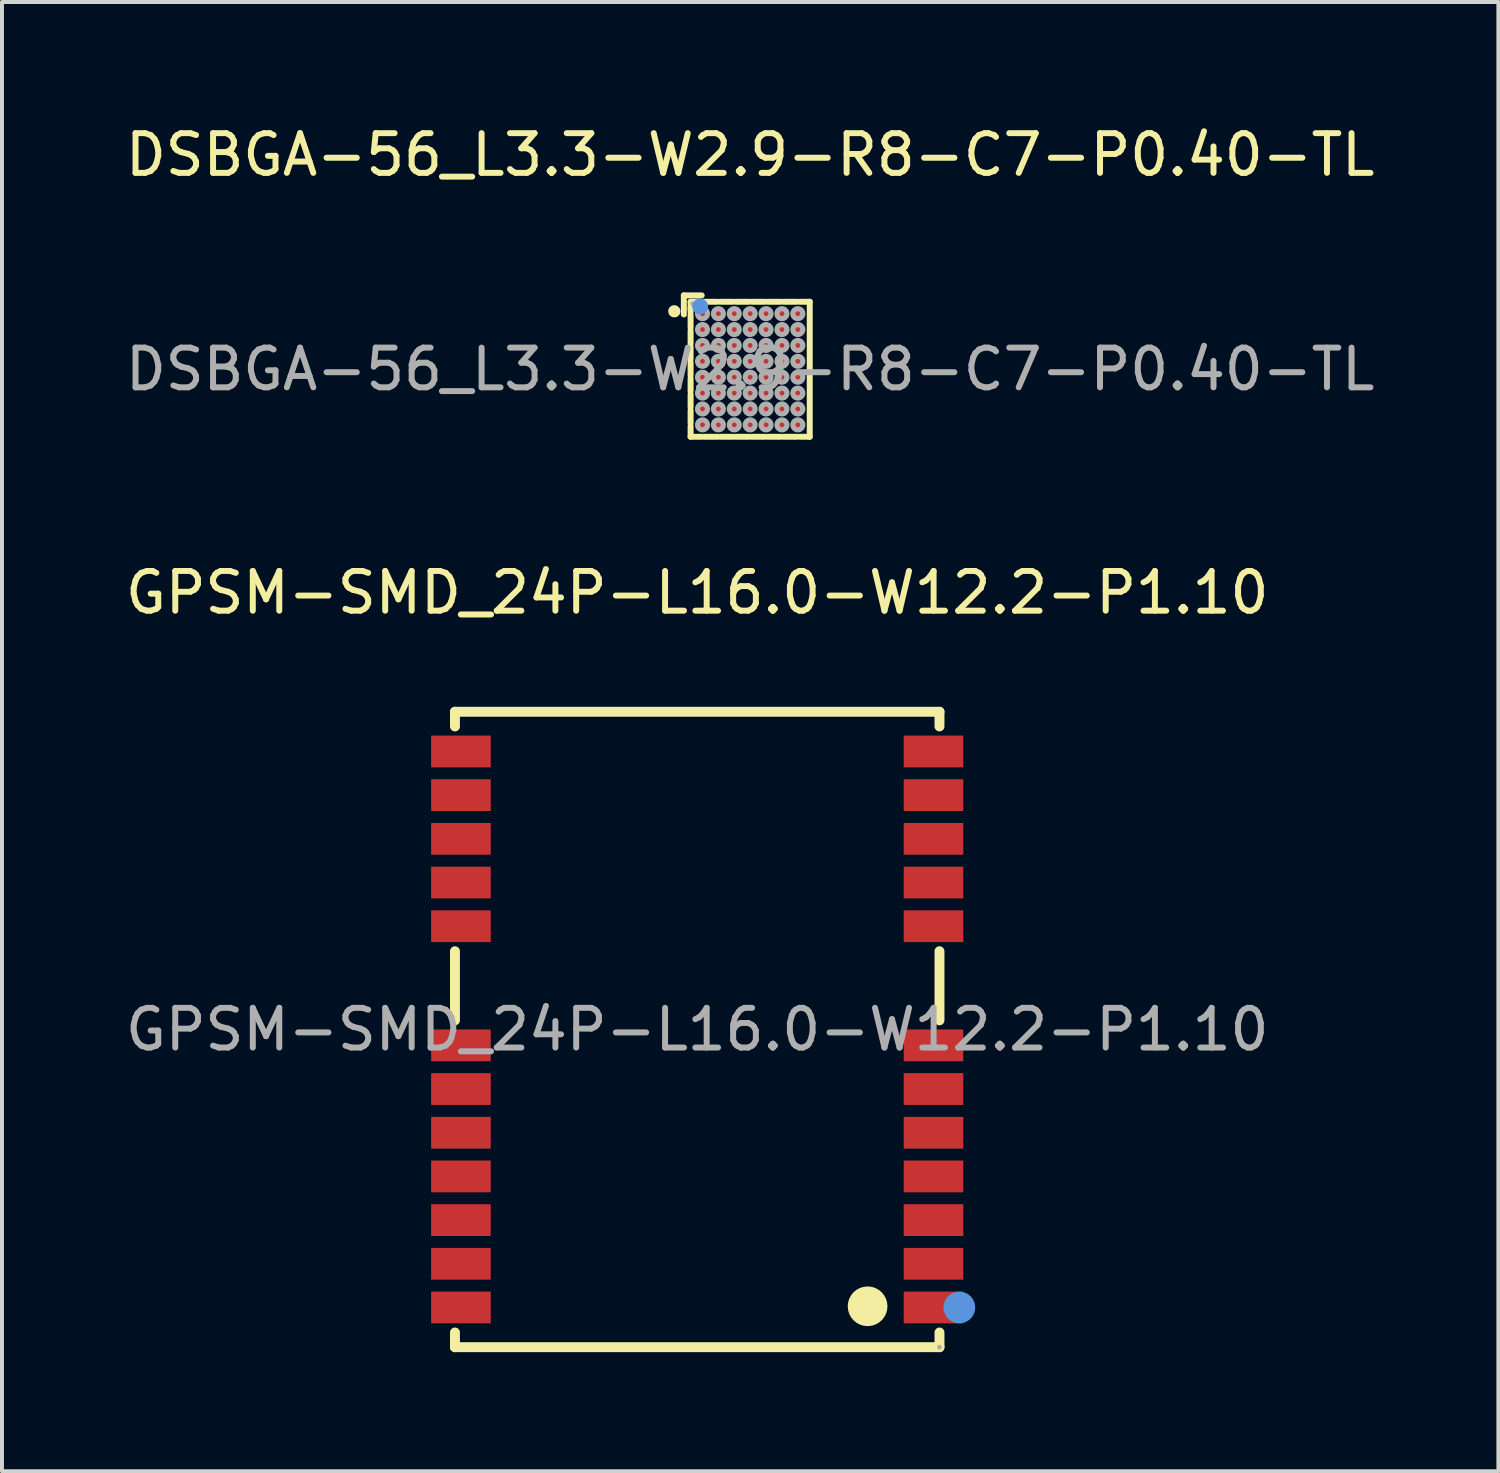
<source format=kicad_pcb>
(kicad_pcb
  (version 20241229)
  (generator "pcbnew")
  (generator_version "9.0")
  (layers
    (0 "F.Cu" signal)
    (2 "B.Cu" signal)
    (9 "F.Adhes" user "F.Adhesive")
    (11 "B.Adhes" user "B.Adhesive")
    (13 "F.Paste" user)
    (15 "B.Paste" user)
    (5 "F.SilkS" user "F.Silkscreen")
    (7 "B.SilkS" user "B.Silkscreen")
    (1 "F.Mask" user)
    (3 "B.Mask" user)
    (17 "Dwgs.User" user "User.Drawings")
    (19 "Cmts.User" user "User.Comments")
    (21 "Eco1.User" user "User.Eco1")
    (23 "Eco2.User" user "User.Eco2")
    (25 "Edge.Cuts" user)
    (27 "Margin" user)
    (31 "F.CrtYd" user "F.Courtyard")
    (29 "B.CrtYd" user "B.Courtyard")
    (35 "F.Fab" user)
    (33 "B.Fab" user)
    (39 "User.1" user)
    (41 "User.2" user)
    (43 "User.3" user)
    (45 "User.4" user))
  (footprint "DSBGA-56_L3.3-W2.9-R8-C7-P0.40-TL"
    (layer "F.Cu")
    (at 15.839 6.248)
    (property "Reference" "DSBGA-56_L3.3-W2.9-R8-C7-P0.40-TL" (at 0 -5.4 0) (layer "F.SilkS") (effects (font (size 1 1) (thickness 0.15))))
    (attr smd)
    (fp_line (start -1.67 -1.86) (end -1.67 -1.38) (stroke (width 0.15) (type solid)) (layer "F.SilkS"))
    (fp_line (start -1.5 -1.7) (end -1.5 -1.44) (stroke (width 0.15) (type solid)) (layer "F.SilkS"))
    (fp_line (start -1.5 -1.37) (end -1.5 -1.04) (stroke (width 0.15) (type solid)) (layer "F.SilkS"))
    (fp_line (start -1.5 -0.97) (end -1.5 -0.64) (stroke (width 0.15) (type solid)) (layer "F.SilkS"))
    (fp_line (start -1.5 -0.57) (end -1.5 -0.24) (stroke (width 0.15) (type solid)) (layer "F.SilkS"))
    (fp_line (start -1.5 -0.17) (end -1.5 0.16) (stroke (width 0.15) (type solid)) (layer "F.SilkS"))
    (fp_line (start -1.5 0.23) (end -1.5 0.56) (stroke (width 0.15) (type solid)) (layer "F.SilkS"))
    (fp_line (start -1.5 0.63) (end -1.5 0.96) (stroke (width 0.15) (type solid)) (layer "F.SilkS"))
    (fp_line (start -1.5 1.03) (end -1.5 1.36) (stroke (width 0.15) (type solid)) (layer "F.SilkS"))
    (fp_line (start -1.5 1.43) (end -1.5 1.7) (stroke (width 0.15) (type solid)) (layer "F.SilkS"))
    (fp_line (start -1.33 -1.7) (end -1.5 -1.53) (stroke (width 0.15) (type solid)) (layer "F.SilkS"))
    (fp_line (start -1.31 -1.7) (end -1.33 -1.7) (stroke (width 0.15) (type solid)) (layer "F.SilkS"))
    (fp_line (start -1.23 -1.7) (end -1.5 -1.7) (stroke (width 0.15) (type solid)) (layer "F.SilkS"))
    (fp_line (start -1.23 1.7) (end -1.5 1.7) (stroke (width 0.15) (type solid)) (layer "F.SilkS"))
    (fp_line (start -1.22 -1.86) (end -1.67 -1.86) (stroke (width 0.15) (type solid)) (layer "F.SilkS"))
    (fp_line (start -0.83 -1.7) (end -1.16 -1.7) (stroke (width 0.15) (type solid)) (layer "F.SilkS"))
    (fp_line (start -0.83 1.7) (end -1.16 1.7) (stroke (width 0.15) (type solid)) (layer "F.SilkS"))
    (fp_line (start -0.43 -1.7) (end -0.76 -1.7) (stroke (width 0.15) (type solid)) (layer "F.SilkS"))
    (fp_line (start -0.43 1.7) (end -0.76 1.7) (stroke (width 0.15) (type solid)) (layer "F.SilkS"))
    (fp_line (start -0.03 -1.7) (end -0.36 -1.7) (stroke (width 0.15) (type solid)) (layer "F.SilkS"))
    (fp_line (start -0.03 1.7) (end -0.36 1.7) (stroke (width 0.15) (type solid)) (layer "F.SilkS"))
    (fp_line (start 0.37 -1.7) (end 0.04 -1.7) (stroke (width 0.15) (type solid)) (layer "F.SilkS"))
    (fp_line (start 0.37 1.7) (end 0.04 1.7) (stroke (width 0.15) (type solid)) (layer "F.SilkS"))
    (fp_line (start 0.77 -1.7) (end 0.44 -1.7) (stroke (width 0.15) (type solid)) (layer "F.SilkS"))
    (fp_line (start 0.77 1.7) (end 0.44 1.7) (stroke (width 0.15) (type solid)) (layer "F.SilkS"))
    (fp_line (start 1.17 -1.7) (end 0.84 -1.7) (stroke (width 0.15) (type solid)) (layer "F.SilkS"))
    (fp_line (start 1.17 1.7) (end 0.84 1.7) (stroke (width 0.15) (type solid)) (layer "F.SilkS"))
    (fp_line (start 1.5 -1.7) (end 1.24 -1.7) (stroke (width 0.15) (type solid)) (layer "F.SilkS"))
    (fp_line (start 1.5 -1.7) (end 1.5 1.7) (stroke (width 0.15) (type solid)) (layer "F.SilkS"))
    (fp_line (start 1.5 1.7) (end 1.24 1.7) (stroke (width 0.15) (type solid)) (layer "F.SilkS"))
    (fp_circle (center -1.91 -1.46) (end -1.83 -1.46) (stroke (width 0.15) (type solid)) (fill no) (layer "F.SilkS"))
    (fp_circle (center -1.26 -1.58) (end -1.16 -1.58) (stroke (width 0.2) (type solid)) (fill no) (layer "Cmts.User"))
    (fp_circle (center -1.45 -1.65) (end -1.42 -1.65) (stroke (width 0.06) (type solid)) (fill no) (layer "F.Fab"))
    (fp_circle (center -1.2 -1.4) (end -1.14 -1.4) (stroke (width 0.13) (type solid)) (fill no) (layer "F.Fab"))
    (fp_circle (center -1.2 -1) (end -1.14 -1) (stroke (width 0.13) (type solid)) (fill no) (layer "F.Fab"))
    (fp_circle (center -1.2 -0.6) (end -1.14 -0.6) (stroke (width 0.13) (type solid)) (fill no) (layer "F.Fab"))
    (fp_circle (center -1.2 -0.2) (end -1.14 -0.2) (stroke (width 0.13) (type solid)) (fill no) (layer "F.Fab"))
    (fp_circle (center -1.2 0.2) (end -1.14 0.2) (stroke (width 0.13) (type solid)) (fill no) (layer "F.Fab"))
    (fp_circle (center -1.2 0.6) (end -1.14 0.6) (stroke (width 0.13) (type solid)) (fill no) (layer "F.Fab"))
    (fp_circle (center -1.2 1) (end -1.14 1) (stroke (width 0.13) (type solid)) (fill no) (layer "F.Fab"))
    (fp_circle (center -1.2 1.4) (end -1.14 1.4) (stroke (width 0.13) (type solid)) (fill no) (layer "F.Fab"))
    (fp_circle (center -0.8 -1.4) (end -0.74 -1.4) (stroke (width 0.13) (type solid)) (fill no) (layer "F.Fab"))
    (fp_circle (center -0.8 -1) (end -0.74 -1) (stroke (width 0.13) (type solid)) (fill no) (layer "F.Fab"))
    (fp_circle (center -0.8 -0.6) (end -0.74 -0.6) (stroke (width 0.13) (type solid)) (fill no) (layer "F.Fab"))
    (fp_circle (center -0.8 -0.2) (end -0.74 -0.2) (stroke (width 0.13) (type solid)) (fill no) (layer "F.Fab"))
    (fp_circle (center -0.8 0.2) (end -0.74 0.2) (stroke (width 0.13) (type solid)) (fill no) (layer "F.Fab"))
    (fp_circle (center -0.8 0.6) (end -0.74 0.6) (stroke (width 0.13) (type solid)) (fill no) (layer "F.Fab"))
    (fp_circle (center -0.8 1) (end -0.74 1) (stroke (width 0.13) (type solid)) (fill no) (layer "F.Fab"))
    (fp_circle (center -0.8 1.4) (end -0.74 1.4) (stroke (width 0.13) (type solid)) (fill no) (layer "F.Fab"))
    (fp_circle (center -0.4 -1.4) (end -0.34 -1.4) (stroke (width 0.13) (type solid)) (fill no) (layer "F.Fab"))
    (fp_circle (center -0.4 -1) (end -0.34 -1) (stroke (width 0.13) (type solid)) (fill no) (layer "F.Fab"))
    (fp_circle (center -0.4 -0.6) (end -0.34 -0.6) (stroke (width 0.13) (type solid)) (fill no) (layer "F.Fab"))
    (fp_circle (center -0.4 -0.2) (end -0.34 -0.2) (stroke (width 0.13) (type solid)) (fill no) (layer "F.Fab"))
    (fp_circle (center -0.4 0.2) (end -0.34 0.2) (stroke (width 0.13) (type solid)) (fill no) (layer "F.Fab"))
    (fp_circle (center -0.4 0.6) (end -0.34 0.6) (stroke (width 0.13) (type solid)) (fill no) (layer "F.Fab"))
    (fp_circle (center -0.4 1) (end -0.34 1) (stroke (width 0.13) (type solid)) (fill no) (layer "F.Fab"))
    (fp_circle (center -0.4 1.4) (end -0.34 1.4) (stroke (width 0.13) (type solid)) (fill no) (layer "F.Fab"))
    (fp_circle (center 0 -1.4) (end 0.06 -1.4) (stroke (width 0.13) (type solid)) (fill no) (layer "F.Fab"))
    (fp_circle (center 0 -1) (end 0.06 -1) (stroke (width 0.13) (type solid)) (fill no) (layer "F.Fab"))
    (fp_circle (center 0 -0.6) (end 0.06 -0.6) (stroke (width 0.13) (type solid)) (fill no) (layer "F.Fab"))
    (fp_circle (center 0 -0.2) (end 0.06 -0.2) (stroke (width 0.13) (type solid)) (fill no) (layer "F.Fab"))
    (fp_circle (center 0 0.2) (end 0.06 0.2) (stroke (width 0.13) (type solid)) (fill no) (layer "F.Fab"))
    (fp_circle (center 0 0.6) (end 0.06 0.6) (stroke (width 0.13) (type solid)) (fill no) (layer "F.Fab"))
    (fp_circle (center 0 1) (end 0.06 1) (stroke (width 0.13) (type solid)) (fill no) (layer "F.Fab"))
    (fp_circle (center 0 1.4) (end 0.06 1.4) (stroke (width 0.13) (type solid)) (fill no) (layer "F.Fab"))
    (fp_circle (center 0.4 -1.4) (end 0.46 -1.4) (stroke (width 0.13) (type solid)) (fill no) (layer "F.Fab"))
    (fp_circle (center 0.4 -1) (end 0.46 -1) (stroke (width 0.13) (type solid)) (fill no) (layer "F.Fab"))
    (fp_circle (center 0.4 -0.6) (end 0.46 -0.6) (stroke (width 0.13) (type solid)) (fill no) (layer "F.Fab"))
    (fp_circle (center 0.4 -0.2) (end 0.46 -0.2) (stroke (width 0.13) (type solid)) (fill no) (layer "F.Fab"))
    (fp_circle (center 0.4 0.2) (end 0.46 0.2) (stroke (width 0.13) (type solid)) (fill no) (layer "F.Fab"))
    (fp_circle (center 0.4 0.6) (end 0.46 0.6) (stroke (width 0.13) (type solid)) (fill no) (layer "F.Fab"))
    (fp_circle (center 0.4 1) (end 0.46 1) (stroke (width 0.13) (type solid)) (fill no) (layer "F.Fab"))
    (fp_circle (center 0.4 1.4) (end 0.46 1.4) (stroke (width 0.13) (type solid)) (fill no) (layer "F.Fab"))
    (fp_circle (center 0.8 -1.4) (end 0.86 -1.4) (stroke (width 0.13) (type solid)) (fill no) (layer "F.Fab"))
    (fp_circle (center 0.8 -1) (end 0.86 -1) (stroke (width 0.13) (type solid)) (fill no) (layer "F.Fab"))
    (fp_circle (center 0.8 -0.6) (end 0.86 -0.6) (stroke (width 0.13) (type solid)) (fill no) (layer "F.Fab"))
    (fp_circle (center 0.8 -0.2) (end 0.86 -0.2) (stroke (width 0.13) (type solid)) (fill no) (layer "F.Fab"))
    (fp_circle (center 0.8 0.2) (end 0.86 0.2) (stroke (width 0.13) (type solid)) (fill no) (layer "F.Fab"))
    (fp_circle (center 0.8 0.6) (end 0.86 0.6) (stroke (width 0.13) (type solid)) (fill no) (layer "F.Fab"))
    (fp_circle (center 0.8 1) (end 0.86 1) (stroke (width 0.13) (type solid)) (fill no) (layer "F.Fab"))
    (fp_circle (center 0.8 1.4) (end 0.86 1.4) (stroke (width 0.13) (type solid)) (fill no) (layer "F.Fab"))
    (fp_circle (center 1.2 -1.4) (end 1.26 -1.4) (stroke (width 0.13) (type solid)) (fill no) (layer "F.Fab"))
    (fp_circle (center 1.2 -1) (end 1.26 -1) (stroke (width 0.13) (type solid)) (fill no) (layer "F.Fab"))
    (fp_circle (center 1.2 -0.6) (end 1.26 -0.6) (stroke (width 0.13) (type solid)) (fill no) (layer "F.Fab"))
    (fp_circle (center 1.2 -0.2) (end 1.26 -0.2) (stroke (width 0.13) (type solid)) (fill no) (layer "F.Fab"))
    (fp_circle (center 1.2 0.2) (end 1.26 0.2) (stroke (width 0.13) (type solid)) (fill no) (layer "F.Fab"))
    (fp_circle (center 1.2 0.6) (end 1.26 0.6) (stroke (width 0.13) (type solid)) (fill no) (layer "F.Fab"))
    (fp_circle (center 1.2 1) (end 1.26 1) (stroke (width 0.13) (type solid)) (fill no) (layer "F.Fab"))
    (fp_circle (center 1.2 1.4) (end 1.26 1.4) (stroke (width 0.13) (type solid)) (fill no) (layer "F.Fab"))
    (fp_text user "${REFERENCE}" (at 0 0 0) (layer "F.Fab") (effects (font (size 1 1) (thickness 0.15))))
    (pad "A1" smd circle (at -1.2 -1.4 270) (size 0.25 0.25) (layers "F.Cu" "F.Mask" "F.Paste"))
    (pad "A2" smd circle (at -0.8 -1.4 270) (size 0.25 0.25) (layers "F.Cu" "F.Mask" "F.Paste"))
    (pad "A3" smd circle (at -0.4 -1.4 270) (size 0.25 0.25) (layers "F.Cu" "F.Mask" "F.Paste"))
    (pad "A4" smd circle (at 0 -1.4 270) (size 0.25 0.25) (layers "F.Cu" "F.Mask" "F.Paste"))
    (pad "A5" smd circle (at 0.4 -1.4 270) (size 0.25 0.25) (layers "F.Cu" "F.Mask" "F.Paste"))
    (pad "A6" smd circle (at 0.8 -1.4 270) (size 0.25 0.25) (layers "F.Cu" "F.Mask" "F.Paste"))
    (pad "A7" smd circle (at 1.2 -1.4 270) (size 0.25 0.25) (layers "F.Cu" "F.Mask" "F.Paste"))
    (pad "B1" smd circle (at -1.2 -1 270) (size 0.25 0.25) (layers "F.Cu" "F.Mask" "F.Paste"))
    (pad "B2" smd circle (at -0.8 -1 270) (size 0.25 0.25) (layers "F.Cu" "F.Mask" "F.Paste"))
    (pad "B3" smd circle (at -0.4 -1 270) (size 0.25 0.25) (layers "F.Cu" "F.Mask" "F.Paste"))
    (pad "B4" smd circle (at 0 -1 270) (size 0.25 0.25) (layers "F.Cu" "F.Mask" "F.Paste"))
    (pad "B5" smd circle (at 0.4 -1 270) (size 0.25 0.25) (layers "F.Cu" "F.Mask" "F.Paste"))
    (pad "B6" smd circle (at 0.8 -1 270) (size 0.25 0.25) (layers "F.Cu" "F.Mask" "F.Paste"))
    (pad "B7" smd circle (at 1.2 -1 270) (size 0.25 0.25) (layers "F.Cu" "F.Mask" "F.Paste"))
    (pad "C1" smd circle (at -1.2 -0.6 270) (size 0.25 0.25) (layers "F.Cu" "F.Mask" "F.Paste"))
    (pad "C2" smd circle (at -0.8 -0.6 270) (size 0.25 0.25) (layers "F.Cu" "F.Mask" "F.Paste"))
    (pad "C3" smd circle (at -0.4 -0.6 270) (size 0.25 0.25) (layers "F.Cu" "F.Mask" "F.Paste"))
    (pad "C4" smd circle (at 0 -0.6 270) (size 0.25 0.25) (layers "F.Cu" "F.Mask" "F.Paste"))
    (pad "C5" smd circle (at 0.4 -0.6 270) (size 0.25 0.25) (layers "F.Cu" "F.Mask" "F.Paste"))
    (pad "C6" smd circle (at 0.8 -0.6 270) (size 0.25 0.25) (layers "F.Cu" "F.Mask" "F.Paste"))
    (pad "C7" smd circle (at 1.2 -0.6 270) (size 0.25 0.25) (layers "F.Cu" "F.Mask" "F.Paste"))
    (pad "D1" smd circle (at -1.2 -0.2 270) (size 0.25 0.25) (layers "F.Cu" "F.Mask" "F.Paste"))
    (pad "D2" smd circle (at -0.8 -0.2 270) (size 0.25 0.25) (layers "F.Cu" "F.Mask" "F.Paste"))
    (pad "D3" smd circle (at -0.4 -0.2 270) (size 0.25 0.25) (layers "F.Cu" "F.Mask" "F.Paste"))
    (pad "D4" smd circle (at 0 -0.2 270) (size 0.25 0.25) (layers "F.Cu" "F.Mask" "F.Paste"))
    (pad "D5" smd circle (at 0.4 -0.2 270) (size 0.25 0.25) (layers "F.Cu" "F.Mask" "F.Paste"))
    (pad "D6" smd circle (at 0.8 -0.2 270) (size 0.25 0.25) (layers "F.Cu" "F.Mask" "F.Paste"))
    (pad "D7" smd circle (at 1.2 -0.2 270) (size 0.25 0.25) (layers "F.Cu" "F.Mask" "F.Paste"))
    (pad "E1" smd circle (at -1.2 0.2 270) (size 0.25 0.25) (layers "F.Cu" "F.Mask" "F.Paste"))
    (pad "E2" smd circle (at -0.8 0.2 270) (size 0.25 0.25) (layers "F.Cu" "F.Mask" "F.Paste"))
    (pad "E3" smd circle (at -0.4 0.2 270) (size 0.25 0.25) (layers "F.Cu" "F.Mask" "F.Paste"))
    (pad "E4" smd circle (at 0 0.2 270) (size 0.25 0.25) (layers "F.Cu" "F.Mask" "F.Paste"))
    (pad "E5" smd circle (at 0.4 0.2 270) (size 0.25 0.25) (layers "F.Cu" "F.Mask" "F.Paste"))
    (pad "E6" smd circle (at 0.8 0.2 270) (size 0.25 0.25) (layers "F.Cu" "F.Mask" "F.Paste"))
    (pad "E7" smd circle (at 1.2 0.2 270) (size 0.25 0.25) (layers "F.Cu" "F.Mask" "F.Paste"))
    (pad "F1" smd circle (at -1.2 0.6 270) (size 0.25 0.25) (layers "F.Cu" "F.Mask" "F.Paste"))
    (pad "F2" smd circle (at -0.8 0.6 270) (size 0.25 0.25) (layers "F.Cu" "F.Mask" "F.Paste"))
    (pad "F3" smd circle (at -0.4 0.6 270) (size 0.25 0.25) (layers "F.Cu" "F.Mask" "F.Paste"))
    (pad "F4" smd circle (at 0 0.6 270) (size 0.25 0.25) (layers "F.Cu" "F.Mask" "F.Paste"))
    (pad "F5" smd circle (at 0.4 0.6 270) (size 0.25 0.25) (layers "F.Cu" "F.Mask" "F.Paste"))
    (pad "F6" smd circle (at 0.8 0.6 270) (size 0.25 0.25) (layers "F.Cu" "F.Mask" "F.Paste"))
    (pad "F7" smd circle (at 1.2 0.6 270) (size 0.25 0.25) (layers "F.Cu" "F.Mask" "F.Paste"))
    (pad "G1" smd circle (at -1.2 1 270) (size 0.25 0.25) (layers "F.Cu" "F.Mask" "F.Paste"))
    (pad "G2" smd circle (at -0.8 1 270) (size 0.25 0.25) (layers "F.Cu" "F.Mask" "F.Paste"))
    (pad "G3" smd circle (at -0.4 1 270) (size 0.25 0.25) (layers "F.Cu" "F.Mask" "F.Paste"))
    (pad "G4" smd circle (at 0 1 270) (size 0.25 0.25) (layers "F.Cu" "F.Mask" "F.Paste"))
    (pad "G5" smd circle (at 0.4 1 270) (size 0.25 0.25) (layers "F.Cu" "F.Mask" "F.Paste"))
    (pad "G6" smd circle (at 0.8 1 270) (size 0.25 0.25) (layers "F.Cu" "F.Mask" "F.Paste"))
    (pad "G7" smd circle (at 1.2 1 270) (size 0.25 0.25) (layers "F.Cu" "F.Mask" "F.Paste"))
    (pad "H1" smd circle (at -1.2 1.4 270) (size 0.25 0.25) (layers "F.Cu" "F.Mask" "F.Paste"))
    (pad "H2" smd circle (at -0.8 1.4 270) (size 0.25 0.25) (layers "F.Cu" "F.Mask" "F.Paste"))
    (pad "H3" smd circle (at -0.4 1.4 270) (size 0.25 0.25) (layers "F.Cu" "F.Mask" "F.Paste"))
    (pad "H4" smd circle (at 0 1.4 270) (size 0.25 0.25) (layers "F.Cu" "F.Mask" "F.Paste"))
    (pad "H5" smd circle (at 0.4 1.4 270) (size 0.25 0.25) (layers "F.Cu" "F.Mask" "F.Paste"))
    (pad "H6" smd circle (at 0.8 1.4 270) (size 0.25 0.25) (layers "F.Cu" "F.Mask" "F.Paste"))
    (pad "H7" smd circle (at 1.2 1.4 270) (size 0.25 0.25) (layers "F.Cu" "F.Mask" "F.Paste")))
  (footprint "GPSM-SMD_24P-L16.0-W12.2-P1.10"
    (layer "F.Cu")
    (at 14.506 22.872)
    (property "Reference" "GPSM-SMD_24P-L16.0-W12.2-P1.10" (at 0 -11 0) (layer "F.SilkS") (effects (font (size 1 1) (thickness 0.15))))
    (attr smd)
    (fp_line (start -6.1 -8) (end 6.1 -8) (stroke (width 0.25) (type solid)) (layer "F.SilkS"))
    (fp_line (start -6.1 -7.63) (end -6.1 -8) (stroke (width 0.25) (type solid)) (layer "F.SilkS"))
    (fp_line (start -6.1 -0.23) (end -6.1 -1.97) (stroke (width 0.25) (type solid)) (layer "F.SilkS"))
    (fp_line (start -6.1 8) (end -6.1 7.63) (stroke (width 0.25) (type solid)) (layer "F.SilkS"))
    (fp_line (start 6.1 -8) (end 6.1 -7.63) (stroke (width 0.25) (type solid)) (layer "F.SilkS"))
    (fp_line (start 6.1 -1.97) (end 6.1 -0.23) (stroke (width 0.25) (type solid)) (layer "F.SilkS"))
    (fp_line (start 6.1 7.63) (end 6.1 8) (stroke (width 0.25) (type solid)) (layer "F.SilkS"))
    (fp_line (start 6.1 8) (end -6.1 8) (stroke (width 0.25) (type solid)) (layer "F.SilkS"))
    (fp_arc (start 4.29 7.22) (mid 4.285004 6.72005) (end 4.299989 7.2198) (stroke (width 0.5) (type solid)) (layer "F.SilkS"))
    (fp_circle (center 6.6 7) (end 6.8 7) (stroke (width 0.4) (type solid)) (fill no) (layer "Cmts.User"))
    (fp_circle (center 6.1 8) (end 6.13 8) (stroke (width 0.06) (type solid)) (fill no) (layer "F.Fab"))
    (fp_text user "${REFERENCE}" (at 0 0 0) (layer "F.Fab") (effects (font (size 1 1) (thickness 0.15))))
    (pad "1" smd rect (at 5.95 7 270) (size 0.8 1.5) (layers "F.Cu" "F.Mask" "F.Paste"))
    (pad "2" smd rect (at 5.95 5.9 270) (size 0.8 1.5) (layers "F.Cu" "F.Mask" "F.Paste"))
    (pad "3" smd rect (at 5.95 4.8 270) (size 0.8 1.5) (layers "F.Cu" "F.Mask" "F.Paste"))
    (pad "4" smd rect (at 5.95 3.7 270) (size 0.8 1.5) (layers "F.Cu" "F.Mask" "F.Paste"))
    (pad "5" smd rect (at 5.95 2.6 270) (size 0.8 1.5) (layers "F.Cu" "F.Mask" "F.Paste"))
    (pad "6" smd rect (at 5.95 1.5 270) (size 0.8 1.5) (layers "F.Cu" "F.Mask" "F.Paste"))
    (pad "7" smd rect (at 5.95 0.4 270) (size 0.8 1.5) (layers "F.Cu" "F.Mask" "F.Paste"))
    (pad "8" smd rect (at 5.95 -2.6 270) (size 0.8 1.5) (layers "F.Cu" "F.Mask" "F.Paste"))
    (pad "9" smd rect (at 5.95 -3.7 270) (size 0.8 1.5) (layers "F.Cu" "F.Mask" "F.Paste"))
    (pad "10" smd rect (at 5.95 -4.8 270) (size 0.8 1.5) (layers "F.Cu" "F.Mask" "F.Paste"))
    (pad "11" smd rect (at 5.95 -5.9 270) (size 0.8 1.5) (layers "F.Cu" "F.Mask" "F.Paste"))
    (pad "12" smd rect (at 5.95 -7 270) (size 0.8 1.5) (layers "F.Cu" "F.Mask" "F.Paste"))
    (pad "13" smd rect (at -5.95 -7 270) (size 0.8 1.5) (layers "F.Cu" "F.Mask" "F.Paste"))
    (pad "14" smd rect (at -5.95 -5.9 270) (size 0.8 1.5) (layers "F.Cu" "F.Mask" "F.Paste"))
    (pad "15" smd rect (at -5.95 -4.8 270) (size 0.8 1.5) (layers "F.Cu" "F.Mask" "F.Paste"))
    (pad "16" smd rect (at -5.95 -3.7 270) (size 0.8 1.5) (layers "F.Cu" "F.Mask" "F.Paste"))
    (pad "17" smd rect (at -5.95 -2.6 270) (size 0.8 1.5) (layers "F.Cu" "F.Mask" "F.Paste"))
    (pad "18" smd rect (at -5.95 0.4 270) (size 0.8 1.5) (layers "F.Cu" "F.Mask" "F.Paste"))
    (pad "19" smd rect (at -5.95 1.5 270) (size 0.8 1.5) (layers "F.Cu" "F.Mask" "F.Paste"))
    (pad "20" smd rect (at -5.95 2.6 270) (size 0.8 1.5) (layers "F.Cu" "F.Mask" "F.Paste"))
    (pad "21" smd rect (at -5.95 3.7 270) (size 0.8 1.5) (layers "F.Cu" "F.Mask" "F.Paste"))
    (pad "22" smd rect (at -5.95 4.8 270) (size 0.8 1.5) (layers "F.Cu" "F.Mask" "F.Paste"))
    (pad "23" smd rect (at -5.95 5.9 270) (size 0.8 1.5) (layers "F.Cu" "F.Mask" "F.Paste"))
    (pad "24" smd rect (at -5.95 7 270) (size 0.8 1.5) (layers "F.Cu" "F.Mask" "F.Paste")))
  (gr_rect
    (start -3 -3)
    (end 34.679 33.996)
    (stroke (width 0.1) (type default))
    (fill no)
    (layer "Edge.Cuts")))
</source>
